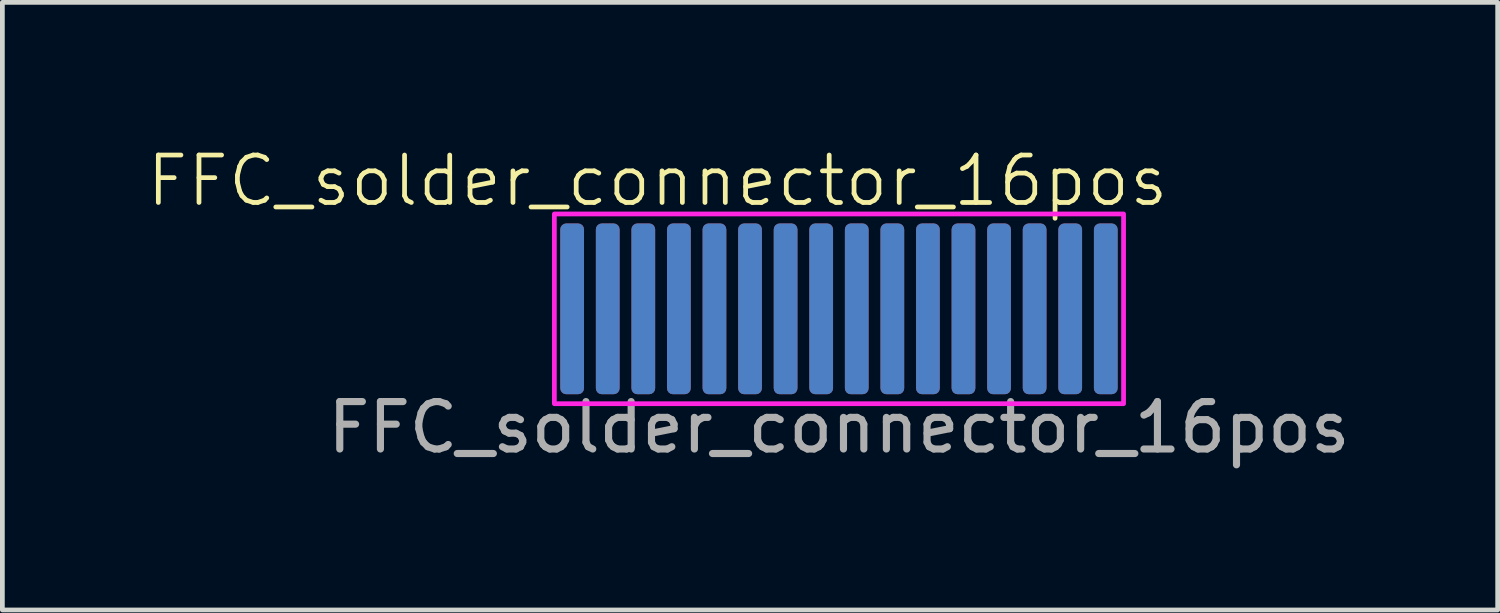
<source format=kicad_pcb>
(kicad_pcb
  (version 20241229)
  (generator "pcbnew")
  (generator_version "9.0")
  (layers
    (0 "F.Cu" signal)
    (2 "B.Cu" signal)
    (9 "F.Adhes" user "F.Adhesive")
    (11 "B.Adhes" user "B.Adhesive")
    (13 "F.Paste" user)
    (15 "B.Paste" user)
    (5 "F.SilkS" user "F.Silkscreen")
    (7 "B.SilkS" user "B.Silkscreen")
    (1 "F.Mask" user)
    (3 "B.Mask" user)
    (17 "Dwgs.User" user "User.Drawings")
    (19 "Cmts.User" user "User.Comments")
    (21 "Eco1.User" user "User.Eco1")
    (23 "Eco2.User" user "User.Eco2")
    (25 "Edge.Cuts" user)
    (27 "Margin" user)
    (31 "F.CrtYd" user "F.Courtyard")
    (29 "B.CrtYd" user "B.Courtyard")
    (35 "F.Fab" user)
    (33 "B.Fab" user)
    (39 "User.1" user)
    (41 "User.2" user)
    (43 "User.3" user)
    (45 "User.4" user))
  (footprint "FFC_solder_connector_16pos"
    (layer "F.Cu")
    (at 14.637 3.461)
    (property "Reference" "FFC_solder_connector_16pos" (at -3.825 -2.7 0) (unlocked yes) (layer "F.SilkS") (effects (font (size 1 1) (thickness 0.1))))
    (attr smd)
    (fp_rect (start -6 -2) (end 6 2) (stroke (width 0.1) (type default)) (fill no) (layer "F.CrtYd"))
    (fp_text user "${REFERENCE}" (at 0 2.5 0) (unlocked yes) (layer "F.Fab") (effects (font (size 1 1) (thickness 0.15))))
    (pad "1" smd roundrect (at -5.625 0 90) (size 3.6 0.5) (layers "F.Cu" "F.Mask") (roundrect_rratio 0.25))
    (pad "1" smd roundrect (at -5.625 0 90) (size 3.6 0.5) (layers "B.Cu" "B.Mask") (roundrect_rratio 0.25))
    (pad "2" smd roundrect (at -4.875 0 90) (size 3.6 0.5) (layers "F.Cu" "F.Mask") (roundrect_rratio 0.25))
    (pad "2" smd roundrect (at -4.875 0 90) (size 3.6 0.5) (layers "B.Cu" "B.Mask") (roundrect_rratio 0.25))
    (pad "3" smd roundrect (at -4.125 0 90) (size 3.6 0.5) (layers "F.Cu" "F.Mask") (roundrect_rratio 0.25))
    (pad "3" smd roundrect (at -4.125 0 90) (size 3.6 0.5) (layers "B.Cu" "B.Mask") (roundrect_rratio 0.25))
    (pad "4" smd roundrect (at -3.375 0 90) (size 3.6 0.5) (layers "F.Cu" "F.Mask") (roundrect_rratio 0.25))
    (pad "4" smd roundrect (at -3.375 0 90) (size 3.6 0.5) (layers "B.Cu" "B.Mask") (roundrect_rratio 0.25))
    (pad "5" smd roundrect (at -2.625 0 90) (size 3.6 0.5) (layers "F.Cu" "F.Mask") (roundrect_rratio 0.25))
    (pad "5" smd roundrect (at -2.625 0 90) (size 3.6 0.5) (layers "B.Cu" "B.Mask") (roundrect_rratio 0.25))
    (pad "6" smd roundrect (at -1.875 0 90) (size 3.6 0.5) (layers "F.Cu" "F.Mask") (roundrect_rratio 0.25))
    (pad "6" smd roundrect (at -1.875 0 90) (size 3.6 0.5) (layers "B.Cu" "B.Mask") (roundrect_rratio 0.25))
    (pad "7" smd roundrect (at -1.125 0 90) (size 3.6 0.5) (layers "F.Cu" "F.Mask") (roundrect_rratio 0.25))
    (pad "7" smd roundrect (at -1.125 0 90) (size 3.6 0.5) (layers "B.Cu" "B.Mask") (roundrect_rratio 0.25))
    (pad "8" smd roundrect (at -0.375 0 90) (size 3.6 0.5) (layers "F.Cu" "F.Mask") (roundrect_rratio 0.25))
    (pad "8" smd roundrect (at -0.375 0 90) (size 3.6 0.5) (layers "B.Cu" "B.Mask") (roundrect_rratio 0.25))
    (pad "9" smd roundrect (at 0.375 0 90) (size 3.6 0.5) (layers "F.Cu" "F.Mask") (roundrect_rratio 0.25))
    (pad "9" smd roundrect (at 0.375 0 90) (size 3.6 0.5) (layers "B.Cu" "B.Mask") (roundrect_rratio 0.25))
    (pad "10" smd roundrect (at 1.125 0 90) (size 3.6 0.5) (layers "F.Cu" "F.Mask") (roundrect_rratio 0.25))
    (pad "10" smd roundrect (at 1.125 0 90) (size 3.6 0.5) (layers "B.Cu" "B.Mask") (roundrect_rratio 0.25))
    (pad "11" smd roundrect (at 1.875 0 90) (size 3.6 0.5) (layers "F.Cu" "F.Mask") (roundrect_rratio 0.25))
    (pad "11" smd roundrect (at 1.875 0 90) (size 3.6 0.5) (layers "B.Cu" "B.Mask") (roundrect_rratio 0.25))
    (pad "12" smd roundrect (at 2.625 0 90) (size 3.6 0.5) (layers "F.Cu" "F.Mask") (roundrect_rratio 0.25))
    (pad "12" smd roundrect (at 2.625 0 90) (size 3.6 0.5) (layers "B.Cu" "B.Mask") (roundrect_rratio 0.25))
    (pad "13" smd roundrect (at 3.375 0 90) (size 3.6 0.5) (layers "F.Cu" "F.Mask") (roundrect_rratio 0.25))
    (pad "13" smd roundrect (at 3.375 0 90) (size 3.6 0.5) (layers "B.Cu" "B.Mask") (roundrect_rratio 0.25))
    (pad "14" smd roundrect (at 4.125 0 90) (size 3.6 0.5) (layers "F.Cu" "F.Mask") (roundrect_rratio 0.25))
    (pad "14" smd roundrect (at 4.125 0 90) (size 3.6 0.5) (layers "B.Cu" "B.Mask") (roundrect_rratio 0.25))
    (pad "15" smd roundrect (at 4.875 0 90) (size 3.6 0.5) (layers "F.Cu" "F.Mask") (roundrect_rratio 0.25))
    (pad "15" smd roundrect (at 4.875 0 90) (size 3.6 0.5) (layers "B.Cu" "B.Mask") (roundrect_rratio 0.25))
    (pad "16" smd roundrect (at 5.625 0 90) (size 3.6 0.5) (layers "F.Cu" "F.Mask") (roundrect_rratio 0.25))
    (pad "16" smd roundrect (at 5.625 0 90) (size 3.6 0.5) (layers "B.Cu" "B.Mask") (roundrect_rratio 0.25)))
  (gr_rect
    (start -3 -3)
    (end 28.524 9.809)
    (stroke (width 0.1) (type default))
    (fill no)
    (layer "Edge.Cuts")))
</source>
